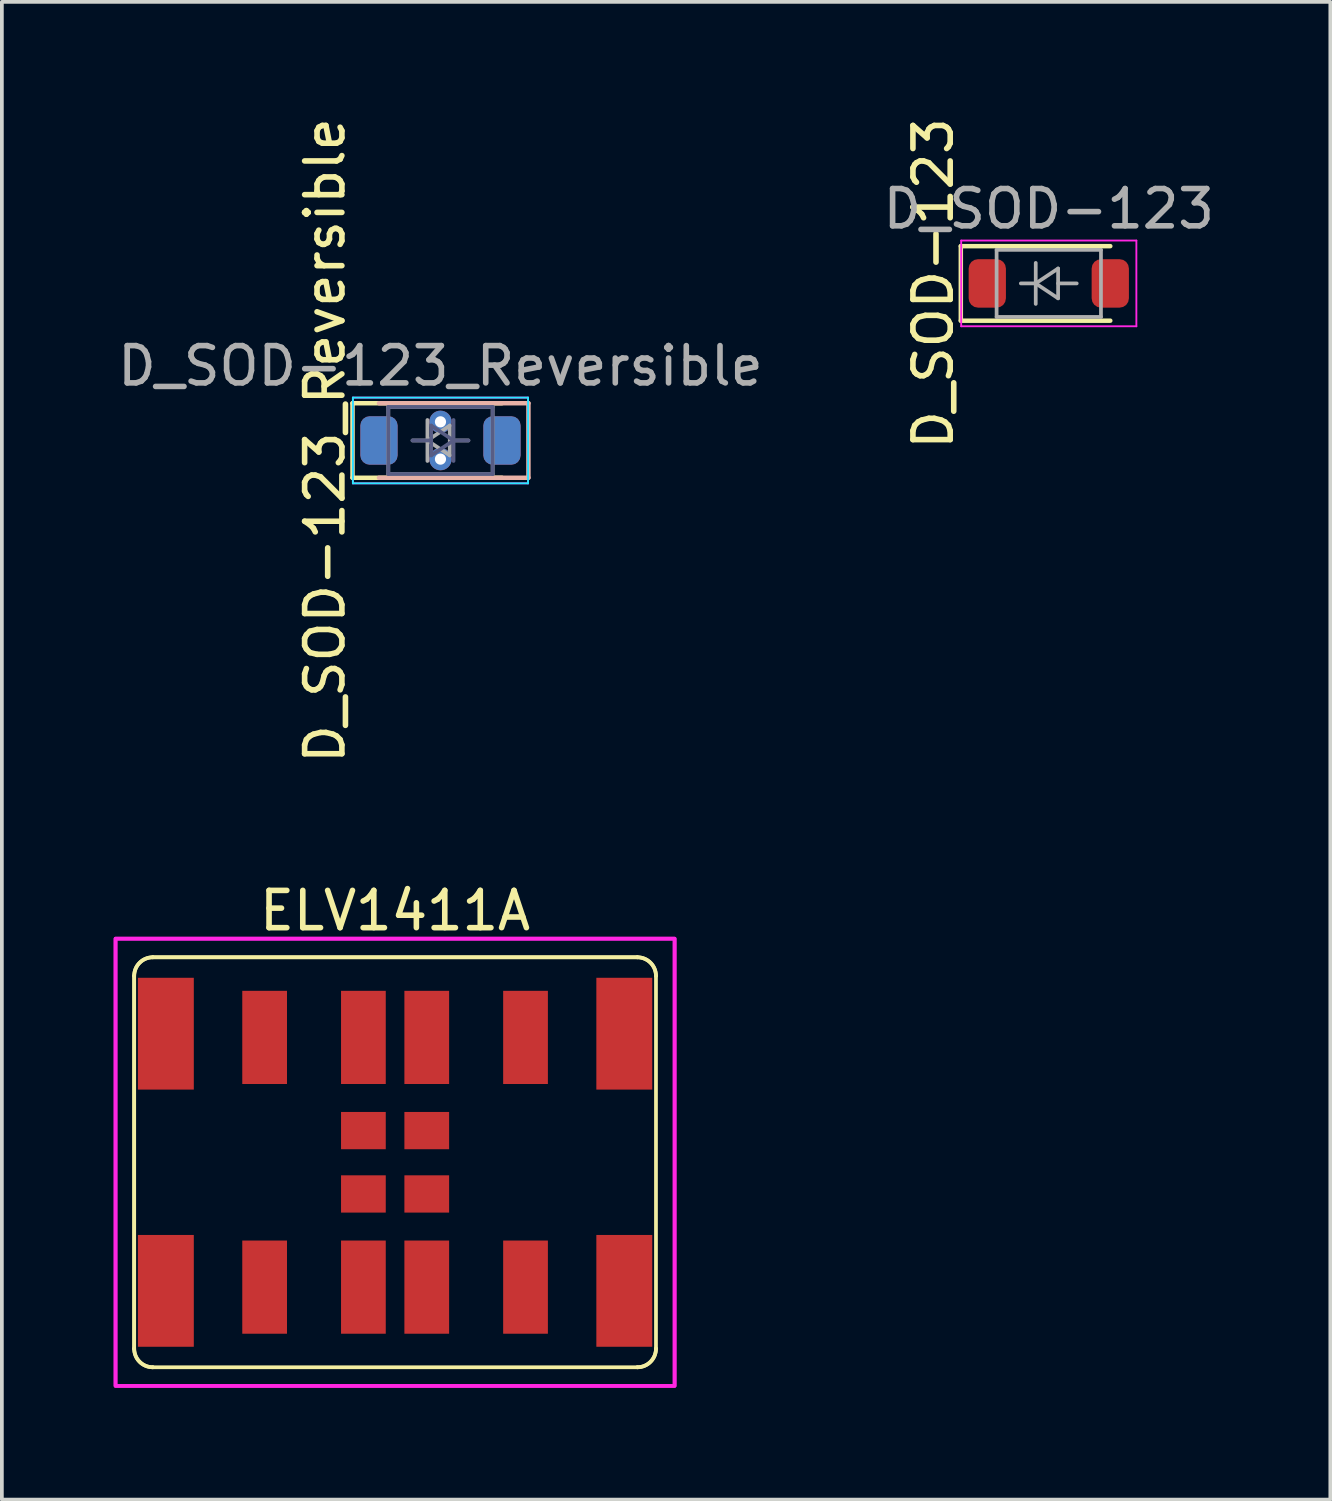
<source format=kicad_pcb>
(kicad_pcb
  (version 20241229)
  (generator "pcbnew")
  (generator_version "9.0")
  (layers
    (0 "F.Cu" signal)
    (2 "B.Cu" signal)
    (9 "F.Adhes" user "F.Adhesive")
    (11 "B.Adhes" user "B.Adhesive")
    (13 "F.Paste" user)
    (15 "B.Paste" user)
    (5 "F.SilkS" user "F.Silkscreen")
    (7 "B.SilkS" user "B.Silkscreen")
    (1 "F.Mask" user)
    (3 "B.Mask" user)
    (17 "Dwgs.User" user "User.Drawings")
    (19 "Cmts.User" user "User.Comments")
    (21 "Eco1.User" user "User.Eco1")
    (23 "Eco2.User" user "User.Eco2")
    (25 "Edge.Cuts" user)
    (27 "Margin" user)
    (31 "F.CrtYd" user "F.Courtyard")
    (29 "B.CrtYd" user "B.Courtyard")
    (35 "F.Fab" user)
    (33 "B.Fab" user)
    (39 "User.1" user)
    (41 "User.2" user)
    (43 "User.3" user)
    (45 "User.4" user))
  (footprint "ELV1411A"
    (layer "F.Cu")
    (at 7.55 28.134)
    (property "Reference" "ELV1411A" (at 0 -6.75 0) (layer "F.SilkS") (effects (font (size 1 1) (thickness 0.15))))
    (attr smd)
    (fp_line (start -7 -5) (end -7 5) (stroke (width 0.1) (type default)) (layer "F.SilkS"))
    (fp_line (start -7 -5) (end -7 5) (stroke (width 0.1) (type default)) (layer "F.SilkS"))
    (fp_line (start -6.5 5.5) (end 6.5 5.5) (stroke (width 0.1) (type default)) (layer "F.SilkS"))
    (fp_line (start 6.5 -5.5) (end -6.5 -5.5) (stroke (width 0.1) (type default)) (layer "F.SilkS"))
    (fp_line (start 6.5 -5.5) (end -6.5 -5.5) (stroke (width 0.1) (type default)) (layer "F.SilkS"))
    (fp_line (start 7 5) (end 7 -5) (stroke (width 0.1) (type default)) (layer "F.SilkS"))
    (fp_arc (start -7 -5) (mid -6.853553 -5.353553) (end -6.5 -5.5) (stroke (width 0.1) (type default)) (layer "F.SilkS"))
    (fp_arc (start -7 -5) (mid -6.853553 -5.353553) (end -6.5 -5.5) (stroke (width 0.1) (type default)) (layer "F.SilkS"))
    (fp_arc (start -6.5 5.5) (mid -6.853553 5.353553) (end -7 5) (stroke (width 0.1) (type default)) (layer "F.SilkS"))
    (fp_arc (start -6.5 5.5) (mid -6.853553 5.353553) (end -7 5) (stroke (width 0.1) (type default)) (layer "F.SilkS"))
    (fp_arc (start 6.5 -5.5) (mid 6.853553 -5.353553) (end 7 -5) (stroke (width 0.1) (type default)) (layer "F.SilkS"))
    (fp_arc (start 6.5 -5.5) (mid 6.853553 -5.353553) (end 7 -5) (stroke (width 0.1) (type default)) (layer "F.SilkS"))
    (fp_arc (start 7 5) (mid 6.853553 5.353553) (end 6.5 5.5) (stroke (width 0.1) (type default)) (layer "F.SilkS"))
    (fp_arc (start 7 5) (mid 6.853553 5.353553) (end 6.5 5.5) (stroke (width 0.1) (type default)) (layer "F.SilkS"))
    (fp_rect (start -7.5 -6) (end 7.5 6) (stroke (width 0.1) (type default)) (fill no) (layer "F.CrtYd"))
    (fp_rect (start -7.5 -6) (end 7.5 6) (stroke (width 0.1) (type default)) (fill no) (layer "F.CrtYd"))
    (pad "1" smd rect (at -0.85 -0.85) (size 1.2 1) (layers "F.Cu" "F.Mask" "F.Paste"))
    (pad "1" smd rect (at 0.85 -0.85) (size 1.2 1) (layers "F.Cu" "F.Mask" "F.Paste"))
    (pad "2" smd rect (at -0.85 0.85) (size 1.2 1) (layers "F.Cu" "F.Mask" "F.Paste"))
    (pad "2" smd rect (at 0.85 0.85) (size 1.2 1) (layers "F.Cu" "F.Mask" "F.Paste"))
    (pad "3" smd rect (at -6.15 -3.45) (size 1.5 3) (layers "F.Cu" "F.Mask" "F.Paste"))
    (pad "3" smd rect (at -6.15 3.45) (size 1.5 3) (layers "F.Cu" "F.Mask" "F.Paste"))
    (pad "3" smd rect (at -3.5 -3.35) (size 1.2 2.5) (layers "F.Cu" "F.Mask" "F.Paste"))
    (pad "3" smd rect (at -3.5 3.35) (size 1.2 2.5) (layers "F.Cu" "F.Mask" "F.Paste"))
    (pad "3" smd rect (at -0.85 -3.35) (size 1.2 2.5) (layers "F.Cu" "F.Mask" "F.Paste"))
    (pad "3" smd rect (at -0.85 3.35) (size 1.2 2.5) (layers "F.Cu" "F.Mask" "F.Paste"))
    (pad "3" smd rect (at 0.85 -3.35) (size 1.2 2.5) (layers "F.Cu" "F.Mask" "F.Paste"))
    (pad "3" smd rect (at 0.85 3.35) (size 1.2 2.5) (layers "F.Cu" "F.Mask" "F.Paste"))
    (pad "3" smd rect (at 3.5 -3.35) (size 1.2 2.5) (layers "F.Cu" "F.Mask" "F.Paste"))
    (pad "3" smd rect (at 3.5 3.35) (size 1.2 2.5) (layers "F.Cu" "F.Mask" "F.Paste"))
    (pad "3" smd rect (at 6.15 -3.45) (size 1.5 3) (layers "F.Cu" "F.Mask" "F.Paste"))
    (pad "3" smd rect (at 6.15 3.45) (size 1.5 3) (layers "F.Cu" "F.Mask" "F.Paste")))
  (footprint "D_SOD-123_Reversible"
    (layer "F.Cu")
    (at 8.768 8.768)
    (property "Reference" "D_SOD-123_Reversible" (at -3.1 0 90) (layer "F.SilkS") (effects (font (size 1 1) (thickness 0.15))))
    (attr smd)
    (fp_line (start -2.36 -1) (end -2.36 1) (stroke (width 0.12) (type solid)) (layer "F.SilkS"))
    (fp_line (start -2.36 -1) (end 1.65 -1) (stroke (width 0.12) (type solid)) (layer "F.SilkS"))
    (fp_line (start -2.36 1) (end 1.65 1) (stroke (width 0.12) (type solid)) (layer "F.SilkS"))
    (fp_line (start -1.65 -1) (end 2.36 -1) (stroke (width 0.12) (type solid)) (layer "B.SilkS"))
    (fp_line (start -1.65 1) (end 2.36 1) (stroke (width 0.12) (type solid)) (layer "B.SilkS"))
    (fp_line (start 2.36 1) (end 2.36 -1) (stroke (width 0.12) (type solid)) (layer "B.SilkS"))
    (fp_line (start -2.35 -1.15) (end 2.35 -1.15) (stroke (width 0.05) (type solid)) (layer "B.CrtYd"))
    (fp_line (start -2.35 1.15) (end -2.35 -1.15) (stroke (width 0.05) (type solid)) (layer "B.CrtYd"))
    (fp_line (start 2.35 1.15) (end -2.35 1.15) (stroke (width 0.05) (type solid)) (layer "B.CrtYd"))
    (fp_line (start 2.35 1.15) (end 2.35 -1.15) (stroke (width 0.05) (type solid)) (layer "B.CrtYd"))
    (fp_line (start -2.35 -1.15) (end -2.35 1.15) (stroke (width 0.05) (type solid)) (layer "F.CrtYd"))
    (fp_line (start -2.35 -1.15) (end 2.35 -1.15) (stroke (width 0.05) (type solid)) (layer "F.CrtYd"))
    (fp_line (start 2.35 -1.15) (end 2.35 1.15) (stroke (width 0.05) (type solid)) (layer "F.CrtYd"))
    (fp_line (start 2.35 1.15) (end -2.35 1.15) (stroke (width 0.05) (type solid)) (layer "F.CrtYd"))
    (fp_line (start -1.4 -0.9) (end 1.4 -0.9) (stroke (width 0.1) (type solid)) (layer "B.Fab"))
    (fp_line (start -1.4 0.9) (end -1.4 -0.9) (stroke (width 0.1) (type solid)) (layer "B.Fab"))
    (fp_line (start -0.75 0) (end -0.25 0) (stroke (width 0.1) (type solid)) (layer "B.Fab"))
    (fp_line (start -0.25 -0.4) (end 0.35 0) (stroke (width 0.1) (type solid)) (layer "B.Fab"))
    (fp_line (start -0.25 0.4) (end -0.25 -0.4) (stroke (width 0.1) (type solid)) (layer "B.Fab"))
    (fp_line (start 0.35 -0.55) (end 0.35 0) (stroke (width 0.1) (type solid)) (layer "B.Fab"))
    (fp_line (start 0.35 0) (end -0.25 0.4) (stroke (width 0.1) (type solid)) (layer "B.Fab"))
    (fp_line (start 0.35 0) (end 0.75 0) (stroke (width 0.1) (type solid)) (layer "B.Fab"))
    (fp_line (start 0.35 0.55) (end 0.35 0) (stroke (width 0.1) (type solid)) (layer "B.Fab"))
    (fp_line (start 1.4 -0.9) (end 1.4 0.9) (stroke (width 0.1) (type solid)) (layer "B.Fab"))
    (fp_line (start 1.4 0.9) (end -1.4 0.9) (stroke (width 0.1) (type solid)) (layer "B.Fab"))
    (fp_line (start -1.4 -0.9) (end 1.4 -0.9) (stroke (width 0.1) (type solid)) (layer "F.Fab"))
    (fp_line (start -1.4 0.9) (end -1.4 -0.9) (stroke (width 0.1) (type solid)) (layer "F.Fab"))
    (fp_line (start -0.75 0) (end -0.35 0) (stroke (width 0.1) (type solid)) (layer "F.Fab"))
    (fp_line (start -0.35 0) (end -0.35 -0.55) (stroke (width 0.1) (type solid)) (layer "F.Fab"))
    (fp_line (start -0.35 0) (end -0.35 0.55) (stroke (width 0.1) (type solid)) (layer "F.Fab"))
    (fp_line (start -0.35 0) (end 0.25 -0.4) (stroke (width 0.1) (type solid)) (layer "F.Fab"))
    (fp_line (start 0.25 -0.4) (end 0.25 0.4) (stroke (width 0.1) (type solid)) (layer "F.Fab"))
    (fp_line (start 0.25 0) (end 0.75 0) (stroke (width 0.1) (type solid)) (layer "F.Fab"))
    (fp_line (start 0.25 0.4) (end -0.35 0) (stroke (width 0.1) (type solid)) (layer "F.Fab"))
    (fp_line (start 1.4 -0.9) (end 1.4 0.9) (stroke (width 0.1) (type solid)) (layer "F.Fab"))
    (fp_line (start 1.4 0.9) (end -1.4 0.9) (stroke (width 0.1) (type solid)) (layer "F.Fab"))
    (fp_text user "${REFERENCE}" (at 0 -2 0) (layer "F.Fab") (effects (font (size 1 1) (thickness 0.15))))
    (pad "1" smd roundrect (at -1.65 0) (size 1 1.3) (layers "F.Cu" "F.Mask" "F.Paste") (roundrect_rratio 0.25))
    (pad "1" thru_hole circle (at 0 0.5) (size 0.6 0.6) (drill 0.3) (layers "*.Cu" "*.Mask"))
    (pad "1" smd roundrect (at 1.65 0) (size 1 1.3) (layers "B.Cu" "B.Mask" "B.Paste") (roundrect_rratio 0.25))
    (pad "2" smd roundrect (at -1.65 0) (size 1 1.3) (layers "B.Cu" "B.Mask" "B.Paste") (roundrect_rratio 0.25))
    (pad "2" thru_hole circle (at 0 -0.5) (size 0.6 0.6) (drill 0.3) (layers "*.Cu" "*.Mask"))
    (pad "2" smd roundrect (at 1.65 0) (size 1 1.3) (layers "F.Cu" "F.Mask" "F.Paste") (roundrect_rratio 0.25)))
  (footprint "D_SOD-123"
    (layer "F.Cu")
    (at 25.089 4.554)
    (property "Reference" "D_SOD-123" (at -3.1 0 90) (layer "F.SilkS") (effects (font (size 1 1) (thickness 0.15))))
    (attr smd)
    (fp_line (start -2.36 -1) (end -2.36 1) (stroke (width 0.12) (type solid)) (layer "F.SilkS"))
    (fp_line (start -2.36 -1) (end 1.65 -1) (stroke (width 0.12) (type solid)) (layer "F.SilkS"))
    (fp_line (start -2.36 1) (end 1.65 1) (stroke (width 0.12) (type solid)) (layer "F.SilkS"))
    (fp_line (start -2.35 -1.15) (end -2.35 1.15) (stroke (width 0.05) (type solid)) (layer "F.CrtYd"))
    (fp_line (start -2.35 -1.15) (end 2.35 -1.15) (stroke (width 0.05) (type solid)) (layer "F.CrtYd"))
    (fp_line (start 2.35 -1.15) (end 2.35 1.15) (stroke (width 0.05) (type solid)) (layer "F.CrtYd"))
    (fp_line (start 2.35 1.15) (end -2.35 1.15) (stroke (width 0.05) (type solid)) (layer "F.CrtYd"))
    (fp_line (start -1.4 -0.9) (end 1.4 -0.9) (stroke (width 0.1) (type solid)) (layer "F.Fab"))
    (fp_line (start -1.4 0.9) (end -1.4 -0.9) (stroke (width 0.1) (type solid)) (layer "F.Fab"))
    (fp_line (start -0.75 0) (end -0.35 0) (stroke (width 0.1) (type solid)) (layer "F.Fab"))
    (fp_line (start -0.35 0) (end -0.35 -0.55) (stroke (width 0.1) (type solid)) (layer "F.Fab"))
    (fp_line (start -0.35 0) (end -0.35 0.55) (stroke (width 0.1) (type solid)) (layer "F.Fab"))
    (fp_line (start -0.35 0) (end 0.25 -0.4) (stroke (width 0.1) (type solid)) (layer "F.Fab"))
    (fp_line (start 0.25 -0.4) (end 0.25 0.4) (stroke (width 0.1) (type solid)) (layer "F.Fab"))
    (fp_line (start 0.25 0) (end 0.75 0) (stroke (width 0.1) (type solid)) (layer "F.Fab"))
    (fp_line (start 0.25 0.4) (end -0.35 0) (stroke (width 0.1) (type solid)) (layer "F.Fab"))
    (fp_line (start 1.4 -0.9) (end 1.4 0.9) (stroke (width 0.1) (type solid)) (layer "F.Fab"))
    (fp_line (start 1.4 0.9) (end -1.4 0.9) (stroke (width 0.1) (type solid)) (layer "F.Fab"))
    (fp_text user "${REFERENCE}" (at 0 -2 0) (layer "F.Fab") (effects (font (size 1 1) (thickness 0.15))))
    (pad "1" smd roundrect (at -1.65 0) (size 1 1.3) (layers "F.Cu" "F.Mask" "F.Paste") (roundrect_rratio 0.25))
    (pad "2" smd roundrect (at 1.65 0) (size 1 1.3) (layers "F.Cu" "F.Mask" "F.Paste") (roundrect_rratio 0.25)))
  (gr_rect
    (start -3 -3)
    (end 32.643 37.184)
    (stroke (width 0.1) (type default))
    (fill no)
    (layer "Edge.Cuts")))
</source>
